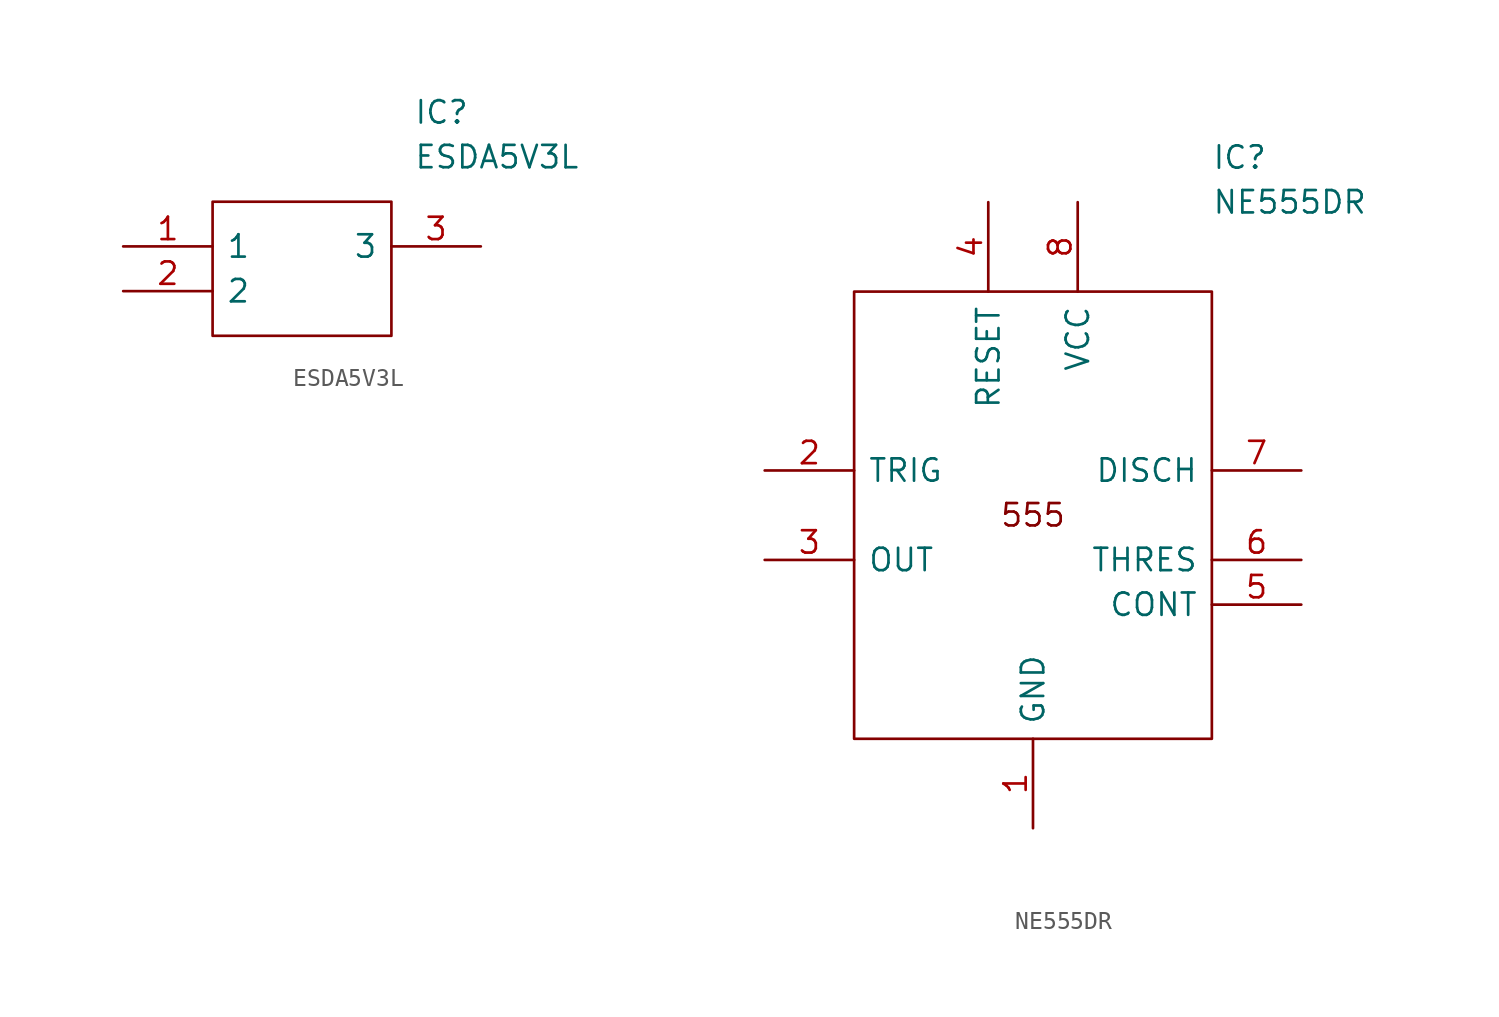
<source format=kicad_sym>
(kicad_symbol_lib
  (version 20231120)
  (generator "kicad_symbol_editor")
  (generator_version "8.0")
  (symbol "ESDA5V3L"
    (pin_names
      (offset 0.762))
    (property "Reference" "IC"
      (at 16.51 7.62 0)
      (effects (font (size 1.27 1.27)) (justify left)))
    (property "Value" "ESDA5V3L"
      (at 16.51 5.08 0)
      (effects (font (size 1.27 1.27)) (justify left)))
    (symbol "ESDA5V3L_0_0"
      (pin passive line (at 0 0 0) (length 5.08) (name "1" (effects (font (size 1.27 1.27)))) (number "1" (effects (font (size 1.27 1.27)))))
      (pin passive line (at 0 -2.54 0) (length 5.08) (name "2" (effects (font (size 1.27 1.27)))) (number "2" (effects (font (size 1.27 1.27)))))
      (pin passive line (at 20.32 0 180) (length 5.08) (name "3" (effects (font (size 1.27 1.27)))) (number "3" (effects (font (size 1.27 1.27))))))
    (symbol "ESDA5V3L_0_1"
      (polyline (pts (xy 5.08 2.54) (xy 15.24 2.54) (xy 15.24 -5.08) (xy 5.08 -5.08) (xy 5.08 2.54)) (stroke (width 0.152) (type solid)) (fill (type none)))))
  (symbol "NE555DR"
    (pin_names
      (offset 0.762))
    (property "Reference" "IC"
      (at 25.4 17.78 0)
      (effects (font (size 1.27 1.27)) (justify left)))
    (property "Value" "NE555DR"
      (at 25.4 15.24 0)
      (effects (font (size 1.27 1.27)) (justify left)))
    (symbol "NE555DR_0_0"
      (pin bidirectional line (at 15.24 -20.32 90) (length 5.08) (name "GND" (effects (font (size 1.27 1.27)))) (number "1" (effects (font (size 1.27 1.27)))))
      (pin bidirectional line (at 0 0 0) (length 5.08) (name "TRIG" (effects (font (size 1.27 1.27)))) (number "2" (effects (font (size 1.27 1.27)))))
      (pin bidirectional line (at 0 -5.08 0) (length 5.08) (name "OUT" (effects (font (size 1.27 1.27)))) (number "3" (effects (font (size 1.27 1.27)))))
      (pin bidirectional line (at 12.7 15.24 270) (length 5.08) (name "RESET" (effects (font (size 1.27 1.27)))) (number "4" (effects (font (size 1.27 1.27)))))
      (pin bidirectional line (at 30.48 -7.62 180) (length 5.08) (name "CONT" (effects (font (size 1.27 1.27)))) (number "5" (effects (font (size 1.27 1.27)))))
      (pin bidirectional line (at 30.48 -5.08 180) (length 5.08) (name "THRES" (effects (font (size 1.27 1.27)))) (number "6" (effects (font (size 1.27 1.27)))))
      (pin bidirectional line (at 30.48 0 180) (length 5.08) (name "DISCH" (effects (font (size 1.27 1.27)))) (number "7" (effects (font (size 1.27 1.27)))))
      (pin bidirectional line (at 17.78 15.24 270) (length 5.08) (name "VCC" (effects (font (size 1.27 1.27)))) (number "8" (effects (font (size 1.27 1.27))))))
    (symbol "NE555DR_0_1"
      (polyline (pts (xy 5.08 10.16) (xy 25.4 10.16) (xy 25.4 -15.24) (xy 5.08 -15.24) (xy 5.08 10.16)) (stroke (width 0.152) (type solid)) (fill (type none)))
      (text "555" (at 15.24 -2.54 0) (effects (font (size 1.27 1.27)))))))
</source>
